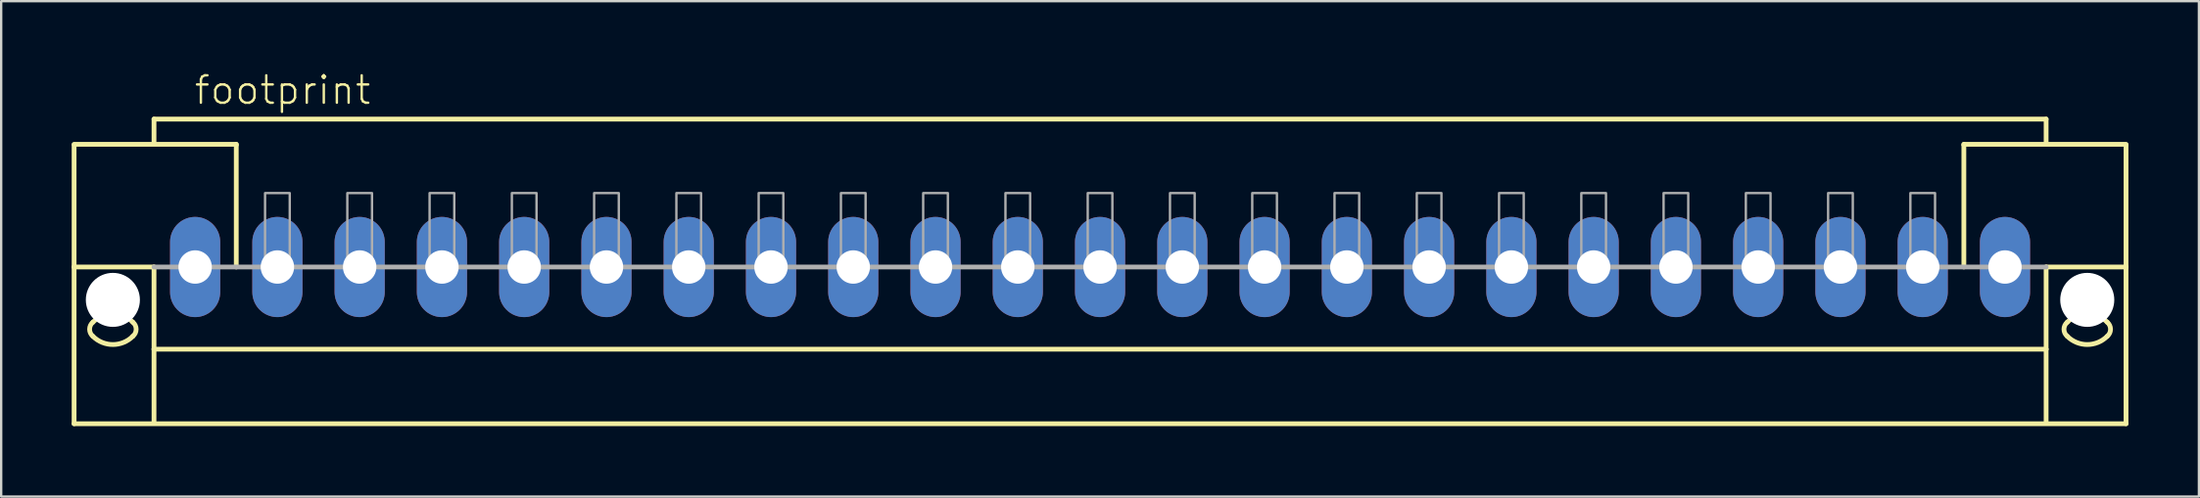
<source format=kicad_pcb>
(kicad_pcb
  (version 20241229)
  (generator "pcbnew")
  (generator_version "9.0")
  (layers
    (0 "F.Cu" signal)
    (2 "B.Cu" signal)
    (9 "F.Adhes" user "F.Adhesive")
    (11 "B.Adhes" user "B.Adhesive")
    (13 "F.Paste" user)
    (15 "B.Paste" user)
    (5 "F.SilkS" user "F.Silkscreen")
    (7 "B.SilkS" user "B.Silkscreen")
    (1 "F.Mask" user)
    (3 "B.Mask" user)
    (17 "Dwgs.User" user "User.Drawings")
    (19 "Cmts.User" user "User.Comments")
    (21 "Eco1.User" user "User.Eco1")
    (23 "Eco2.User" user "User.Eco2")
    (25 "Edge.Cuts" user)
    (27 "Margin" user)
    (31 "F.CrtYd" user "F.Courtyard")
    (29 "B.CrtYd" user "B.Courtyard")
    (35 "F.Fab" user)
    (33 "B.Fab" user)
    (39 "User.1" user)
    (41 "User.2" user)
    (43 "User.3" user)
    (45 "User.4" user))
  (footprint "footprint"
    (layer "F.Cu")
    (at 43.752 8.323)
    (property "Reference" "footprint" (at -38.6 -6.85 0) (layer "F.SilkS") (effects (font (size 1.168 1.168) (thickness 0.102)) (justify left bottom)))
    (fp_line (start -43.65 -5.225) (end -36.75 -5.225) (stroke (width 0.203) (type solid)) (layer "F.SilkS"))
    (fp_line (start -43.65 -5.2) (end -43.65 0) (stroke (width 0.203) (type solid)) (layer "F.SilkS"))
    (fp_line (start -43.65 0) (end -43.65 6.675) (stroke (width 0.203) (type solid)) (layer "F.SilkS"))
    (fp_line (start -43.65 0) (end -40.25 0) (stroke (width 0.203) (type solid)) (layer "F.SilkS"))
    (fp_line (start -43.65 6.675) (end 43.65 6.675) (stroke (width 0.203) (type solid)) (layer "F.SilkS"))
    (fp_line (start -40.25 -6.3) (end 40.25 -6.3) (stroke (width 0.203) (type solid)) (layer "F.SilkS"))
    (fp_line (start -40.25 -5.3) (end -40.25 -6.3) (stroke (width 0.203) (type solid)) (layer "F.SilkS"))
    (fp_line (start -40.25 0) (end -40.25 3.5) (stroke (width 0.203) (type solid)) (layer "F.SilkS"))
    (fp_line (start -40.25 3.5) (end 40.25 3.5) (stroke (width 0.203) (type solid)) (layer "F.SilkS"))
    (fp_line (start -40.25 6.65) (end -40.25 3.5) (stroke (width 0.203) (type solid)) (layer "F.SilkS"))
    (fp_line (start -36.75 -5.225) (end -36.75 -5.2) (stroke (width 0.203) (type solid)) (layer "F.SilkS"))
    (fp_line (start -36.75 -5.175) (end -36.75 0) (stroke (width 0.203) (type solid)) (layer "F.SilkS"))
    (fp_line (start 36.75 -5.225) (end 43.65 -5.225) (stroke (width 0.203) (type solid)) (layer "F.SilkS"))
    (fp_line (start 36.75 -5.2) (end 36.75 -5.225) (stroke (width 0.203) (type solid)) (layer "F.SilkS"))
    (fp_line (start 36.75 0) (end 36.75 -5.175) (stroke (width 0.203) (type solid)) (layer "F.SilkS"))
    (fp_line (start 40.25 -6.3) (end 40.25 -5.3) (stroke (width 0.203) (type solid)) (layer "F.SilkS"))
    (fp_line (start 40.25 3.5) (end 40.25 0) (stroke (width 0.203) (type solid)) (layer "F.SilkS"))
    (fp_line (start 40.25 6.65) (end 40.25 3.5) (stroke (width 0.203) (type solid)) (layer "F.SilkS"))
    (fp_line (start 43.65 0) (end 40.25 0) (stroke (width 0.203) (type solid)) (layer "F.SilkS"))
    (fp_line (start 43.65 0) (end 43.65 -5.2) (stroke (width 0.203) (type solid)) (layer "F.SilkS"))
    (fp_line (start 43.65 6.675) (end 43.65 0) (stroke (width 0.203) (type solid)) (layer "F.SilkS"))
    (fp_arc (start -42.85 2.35) (mid -42 1.997918) (end -41.15 2.35) (stroke (width 0.2032) (type solid)) (layer "F.SilkS"))
    (fp_arc (start -42.85 2.95) (mid -42.990512 2.65) (end -42.85 2.35) (stroke (width 0.2032) (type solid)) (layer "F.SilkS"))
    (fp_arc (start -41.15 2.95) (mid -42 3.302082) (end -42.85 2.95) (stroke (width 0.2032) (type solid)) (layer "F.SilkS"))
    (fp_arc (start -41.149999 2.350001) (mid -41.009487 2.650001) (end -41.15 2.95) (stroke (width 0.2032) (type solid)) (layer "F.SilkS"))
    (fp_arc (start 41.149999 2.949999) (mid 41.009487 2.649999) (end 41.15 2.35) (stroke (width 0.2032) (type solid)) (layer "F.SilkS"))
    (fp_arc (start 41.15 2.35) (mid 42 1.997918) (end 42.85 2.35) (stroke (width 0.2032) (type solid)) (layer "F.SilkS"))
    (fp_arc (start 42.85 2.35) (mid 42.990512 2.65) (end 42.85 2.95) (stroke (width 0.2032) (type solid)) (layer "F.SilkS"))
    (fp_arc (start 42.85 2.95) (mid 42 3.302082) (end 41.15 2.95) (stroke (width 0.2032) (type solid)) (layer "F.SilkS"))
    (fp_line (start 40.25 0) (end -40.25 0) (stroke (width 0.203) (type solid)) (layer "F.Fab"))
    (fp_poly (pts (xy -35.525 0) (xy -34.475 0) (xy -34.475 -3.15) (xy -35.525 -3.15)) (stroke (width 0.1) (type solid)) (fill no) (layer "F.Fab"))
    (fp_poly (pts (xy -32.025 0) (xy -30.975 0) (xy -30.975 -3.15) (xy -32.025 -3.15)) (stroke (width 0.1) (type solid)) (fill no) (layer "F.Fab"))
    (fp_poly (pts (xy -28.525 0) (xy -27.475 0) (xy -27.475 -3.15) (xy -28.525 -3.15)) (stroke (width 0.1) (type solid)) (fill no) (layer "F.Fab"))
    (fp_poly (pts (xy -25.025 0) (xy -23.975 0) (xy -23.975 -3.15) (xy -25.025 -3.15)) (stroke (width 0.1) (type solid)) (fill no) (layer "F.Fab"))
    (fp_poly (pts (xy -21.525 0) (xy -20.475 0) (xy -20.475 -3.15) (xy -21.525 -3.15)) (stroke (width 0.1) (type solid)) (fill no) (layer "F.Fab"))
    (fp_poly (pts (xy -18.025 0) (xy -16.975 0) (xy -16.975 -3.15) (xy -18.025 -3.15)) (stroke (width 0.1) (type solid)) (fill no) (layer "F.Fab"))
    (fp_poly (pts (xy -14.525 0) (xy -13.475 0) (xy -13.475 -3.15) (xy -14.525 -3.15)) (stroke (width 0.1) (type solid)) (fill no) (layer "F.Fab"))
    (fp_poly (pts (xy -11.025 0) (xy -9.975 0) (xy -9.975 -3.15) (xy -11.025 -3.15)) (stroke (width 0.1) (type solid)) (fill no) (layer "F.Fab"))
    (fp_poly (pts (xy -7.525 0) (xy -6.475 0) (xy -6.475 -3.15) (xy -7.525 -3.15)) (stroke (width 0.1) (type solid)) (fill no) (layer "F.Fab"))
    (fp_poly (pts (xy -4.025 0) (xy -2.975 0) (xy -2.975 -3.15) (xy -4.025 -3.15)) (stroke (width 0.1) (type solid)) (fill no) (layer "F.Fab"))
    (fp_poly (pts (xy -0.525 0) (xy 0.525 0) (xy 0.525 -3.15) (xy -0.525 -3.15)) (stroke (width 0.1) (type solid)) (fill no) (layer "F.Fab"))
    (fp_poly (pts (xy 2.975 0) (xy 4.025 0) (xy 4.025 -3.15) (xy 2.975 -3.15)) (stroke (width 0.1) (type solid)) (fill no) (layer "F.Fab"))
    (fp_poly (pts (xy 6.475 0) (xy 7.525 0) (xy 7.525 -3.15) (xy 6.475 -3.15)) (stroke (width 0.1) (type solid)) (fill no) (layer "F.Fab"))
    (fp_poly (pts (xy 9.975 0) (xy 11.025 0) (xy 11.025 -3.15) (xy 9.975 -3.15)) (stroke (width 0.1) (type solid)) (fill no) (layer "F.Fab"))
    (fp_poly (pts (xy 13.475 0) (xy 14.525 0) (xy 14.525 -3.15) (xy 13.475 -3.15)) (stroke (width 0.1) (type solid)) (fill no) (layer "F.Fab"))
    (fp_poly (pts (xy 16.975 0) (xy 18.025 0) (xy 18.025 -3.15) (xy 16.975 -3.15)) (stroke (width 0.1) (type solid)) (fill no) (layer "F.Fab"))
    (fp_poly (pts (xy 20.475 0) (xy 21.525 0) (xy 21.525 -3.15) (xy 20.475 -3.15)) (stroke (width 0.1) (type solid)) (fill no) (layer "F.Fab"))
    (fp_poly (pts (xy 23.975 0) (xy 25.025 0) (xy 25.025 -3.15) (xy 23.975 -3.15)) (stroke (width 0.1) (type solid)) (fill no) (layer "F.Fab"))
    (fp_poly (pts (xy 27.475 0) (xy 28.525 0) (xy 28.525 -3.15) (xy 27.475 -3.15)) (stroke (width 0.1) (type solid)) (fill no) (layer "F.Fab"))
    (fp_poly (pts (xy 30.975 0) (xy 32.025 0) (xy 32.025 -3.15) (xy 30.975 -3.15)) (stroke (width 0.1) (type solid)) (fill no) (layer "F.Fab"))
    (fp_poly (pts (xy 34.475 0) (xy 35.525 0) (xy 35.525 -3.15) (xy 34.475 -3.15)) (stroke (width 0.1) (type solid)) (fill no) (layer "F.Fab"))
    (pad "" np_thru_hole circle (at -42 1.4) (size 2.3 2.3) (drill 2.3) (layers "*.Cu" "*.Mask"))
    (pad "" np_thru_hole circle (at 42 1.4) (size 2.3 2.3) (drill 2.3) (layers "*.Cu" "*.Mask"))
    (pad "1" thru_hole oval (at -38.5 0 90) (size 4.267 2.134) (drill 1.422) (layers "*.Cu" "*.Mask"))
    (pad "2" thru_hole oval (at -35 0 90) (size 4.267 2.134) (drill 1.422) (layers "*.Cu" "*.Mask"))
    (pad "3" thru_hole oval (at -31.5 0 90) (size 4.267 2.134) (drill 1.422) (layers "*.Cu" "*.Mask"))
    (pad "4" thru_hole oval (at -28 0 90) (size 4.267 2.134) (drill 1.422) (layers "*.Cu" "*.Mask"))
    (pad "5" thru_hole oval (at -24.5 0 90) (size 4.267 2.134) (drill 1.422) (layers "*.Cu" "*.Mask"))
    (pad "6" thru_hole oval (at -21 0 90) (size 4.267 2.134) (drill 1.422) (layers "*.Cu" "*.Mask"))
    (pad "7" thru_hole oval (at -17.5 0 90) (size 4.267 2.134) (drill 1.422) (layers "*.Cu" "*.Mask"))
    (pad "8" thru_hole oval (at -14 0 90) (size 4.267 2.134) (drill 1.422) (layers "*.Cu" "*.Mask"))
    (pad "9" thru_hole oval (at -10.5 0 90) (size 4.267 2.134) (drill 1.422) (layers "*.Cu" "*.Mask"))
    (pad "10" thru_hole oval (at -7 0 90) (size 4.267 2.134) (drill 1.422) (layers "*.Cu" "*.Mask"))
    (pad "11" thru_hole oval (at -3.5 0 90) (size 4.267 2.134) (drill 1.422) (layers "*.Cu" "*.Mask"))
    (pad "12" thru_hole oval (at 0 0 90) (size 4.267 2.134) (drill 1.422) (layers "*.Cu" "*.Mask"))
    (pad "13" thru_hole oval (at 3.5 0 90) (size 4.267 2.134) (drill 1.422) (layers "*.Cu" "*.Mask"))
    (pad "14" thru_hole oval (at 7 0 90) (size 4.267 2.134) (drill 1.422) (layers "*.Cu" "*.Mask"))
    (pad "15" thru_hole oval (at 10.5 0 90) (size 4.267 2.134) (drill 1.422) (layers "*.Cu" "*.Mask"))
    (pad "16" thru_hole oval (at 14 0 90) (size 4.267 2.134) (drill 1.422) (layers "*.Cu" "*.Mask"))
    (pad "17" thru_hole oval (at 17.5 0 90) (size 4.267 2.134) (drill 1.422) (layers "*.Cu" "*.Mask"))
    (pad "18" thru_hole oval (at 21 0 90) (size 4.267 2.134) (drill 1.422) (layers "*.Cu" "*.Mask"))
    (pad "19" thru_hole oval (at 24.5 0 90) (size 4.267 2.134) (drill 1.422) (layers "*.Cu" "*.Mask"))
    (pad "20" thru_hole oval (at 28 0 90) (size 4.267 2.134) (drill 1.422) (layers "*.Cu" "*.Mask"))
    (pad "21" thru_hole oval (at 31.5 0 90) (size 4.267 2.134) (drill 1.422) (layers "*.Cu" "*.Mask"))
    (pad "22" thru_hole oval (at 35 0 90) (size 4.267 2.134) (drill 1.422) (layers "*.Cu" "*.Mask"))
    (pad "23" thru_hole oval (at 38.5 0 90) (size 4.267 2.134) (drill 1.422) (layers "*.Cu" "*.Mask")))
  (gr_rect
    (start -3 -3)
    (end 90.503 18.1)
    (stroke (width 0.1) (type default))
    (fill no)
    (layer "Edge.Cuts")))
</source>
